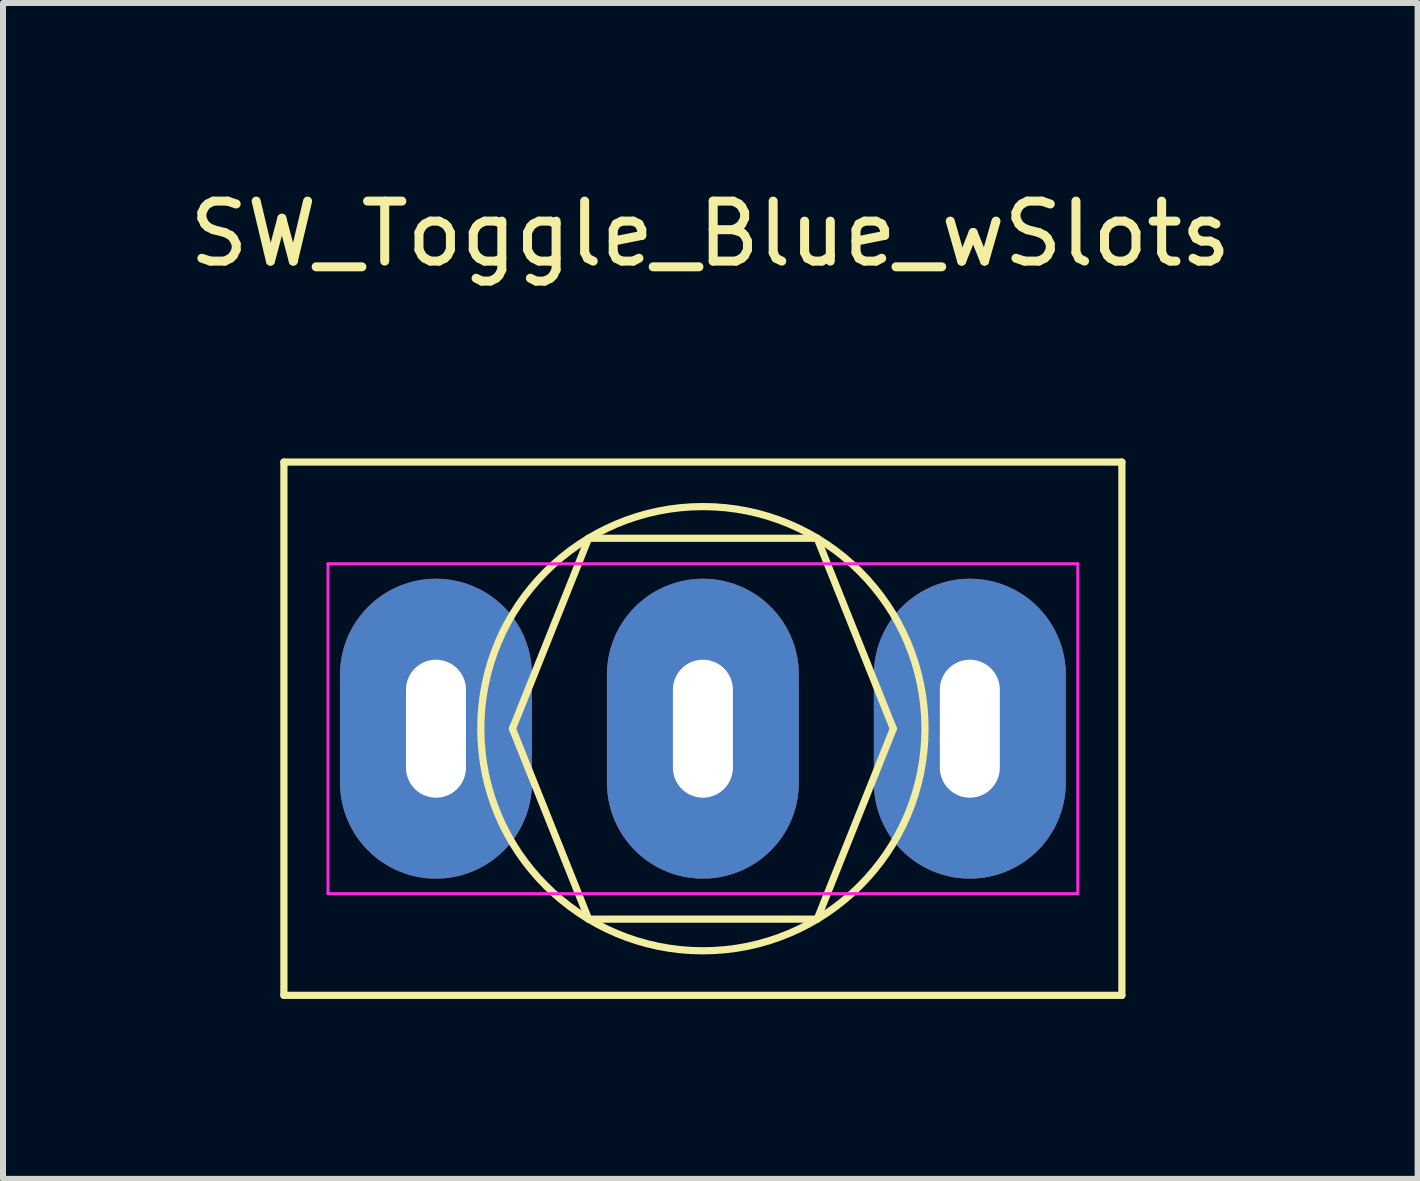
<source format=kicad_pcb>
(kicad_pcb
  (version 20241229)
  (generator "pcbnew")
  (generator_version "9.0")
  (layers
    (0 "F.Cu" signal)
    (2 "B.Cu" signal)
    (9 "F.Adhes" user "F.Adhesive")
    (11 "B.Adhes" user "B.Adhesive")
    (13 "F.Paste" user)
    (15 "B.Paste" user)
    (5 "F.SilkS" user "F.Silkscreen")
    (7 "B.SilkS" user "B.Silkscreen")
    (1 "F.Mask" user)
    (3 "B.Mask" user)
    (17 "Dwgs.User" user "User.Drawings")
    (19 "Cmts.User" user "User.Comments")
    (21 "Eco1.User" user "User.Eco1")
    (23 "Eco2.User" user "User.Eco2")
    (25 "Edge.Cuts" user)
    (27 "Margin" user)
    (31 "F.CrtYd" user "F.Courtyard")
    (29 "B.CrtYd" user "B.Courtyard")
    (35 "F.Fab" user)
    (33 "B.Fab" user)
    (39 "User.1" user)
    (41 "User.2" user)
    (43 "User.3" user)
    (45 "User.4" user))
  (footprint "SW_Toggle_Blue_wSlots"
    (layer "F.Cu")
    (at 8.668 9.098)
    (property "Reference" "SW_Toggle_Blue_wSlots" (at 0.124 -8.25 0) (layer "F.SilkS") (effects (font (size 1 1) (thickness 0.15))))
    (attr through_hole)
    (fp_line (start -6.985 -4.445) (end 6.985 -4.445) (stroke (width 0.12) (type solid)) (layer "F.SilkS"))
    (fp_line (start -6.985 4.445) (end -6.985 -4.445) (stroke (width 0.12) (type solid)) (layer "F.SilkS"))
    (fp_line (start -3.175 0) (end -1.905 -3.175) (stroke (width 0.12) (type solid)) (layer "F.SilkS"))
    (fp_line (start -1.905 -3.175) (end 1.905 -3.175) (stroke (width 0.12) (type solid)) (layer "F.SilkS"))
    (fp_line (start -1.905 3.175) (end -3.175 0) (stroke (width 0.12) (type solid)) (layer "F.SilkS"))
    (fp_line (start 1.905 -3.175) (end 3.175 0) (stroke (width 0.12) (type solid)) (layer "F.SilkS"))
    (fp_line (start 1.905 3.175) (end -1.905 3.175) (stroke (width 0.12) (type solid)) (layer "F.SilkS"))
    (fp_line (start 3.175 0) (end 1.905 3.175) (stroke (width 0.12) (type solid)) (layer "F.SilkS"))
    (fp_line (start 6.985 -4.445) (end 6.985 4.445) (stroke (width 0.12) (type solid)) (layer "F.SilkS"))
    (fp_line (start 6.985 4.445) (end -6.985 4.445) (stroke (width 0.12) (type solid)) (layer "F.SilkS"))
    (fp_circle (center 0 0) (end 1.905 3.175) (stroke (width 0.12) (type solid)) (fill no) (layer "F.SilkS"))
    (fp_line (start -4.902 -1.422) (end -4.013 -1.422) (stroke (width 0.12) (type solid)) (layer "Eco2.User"))
    (fp_line (start -4.902 1.372) (end -4.902 -1.422) (stroke (width 0.12) (type solid)) (layer "Eco2.User"))
    (fp_line (start -4.013 -1.422) (end -4.013 1.372) (stroke (width 0.12) (type solid)) (layer "Eco2.User"))
    (fp_line (start -4.013 1.372) (end -4.902 1.372) (stroke (width 0.12) (type solid)) (layer "Eco2.User"))
    (fp_line (start -0.457 -1.422) (end 0.432 -1.422) (stroke (width 0.12) (type solid)) (layer "Eco2.User"))
    (fp_line (start -0.457 1.372) (end -0.457 -1.422) (stroke (width 0.12) (type solid)) (layer "Eco2.User"))
    (fp_line (start 0.432 -1.422) (end 0.432 1.372) (stroke (width 0.12) (type solid)) (layer "Eco2.User"))
    (fp_line (start 0.432 1.372) (end -0.457 1.372) (stroke (width 0.12) (type solid)) (layer "Eco2.User"))
    (fp_line (start 4.013 -1.422) (end 4.877 -1.422) (stroke (width 0.12) (type solid)) (layer "Eco2.User"))
    (fp_line (start 4.013 1.372) (end 4.013 -1.422) (stroke (width 0.12) (type solid)) (layer "Eco2.User"))
    (fp_line (start 4.877 -1.422) (end 4.902 1.372) (stroke (width 0.12) (type solid)) (layer "Eco2.User"))
    (fp_line (start 4.902 1.372) (end 4.013 1.372) (stroke (width 0.12) (type solid)) (layer "Eco2.User"))
    (fp_line (start -6.25 -2.75) (end 6.25 -2.75) (stroke (width 0.05) (type solid)) (layer "F.CrtYd"))
    (fp_line (start -6.25 2.75) (end -6.25 -2.75) (stroke (width 0.05) (type solid)) (layer "F.CrtYd"))
    (fp_line (start 6.25 -2.75) (end 6.25 2.75) (stroke (width 0.05) (type solid)) (layer "F.CrtYd"))
    (fp_line (start 6.25 2.75) (end -6.25 2.75) (stroke (width 0.05) (type solid)) (layer "F.CrtYd"))
    (pad "1" thru_hole oval (at -4.45 0) (size 3.2 5) (drill oval 1 2.3) (layers "*.Cu" "*.Mask"))
    (pad "2" thru_hole oval (at 0 0) (size 3.2 5) (drill oval 1 2.3) (layers "*.Cu" "*.Mask"))
    (pad "3" thru_hole oval (at 4.45 0) (size 3.2 5) (drill oval 1 2.3) (layers "*.Cu" "*.Mask")))
  (gr_rect
    (start -3 -3)
    (end 20.583 16.603)
    (stroke (width 0.1) (type default))
    (fill no)
    (layer "Edge.Cuts")))
</source>
